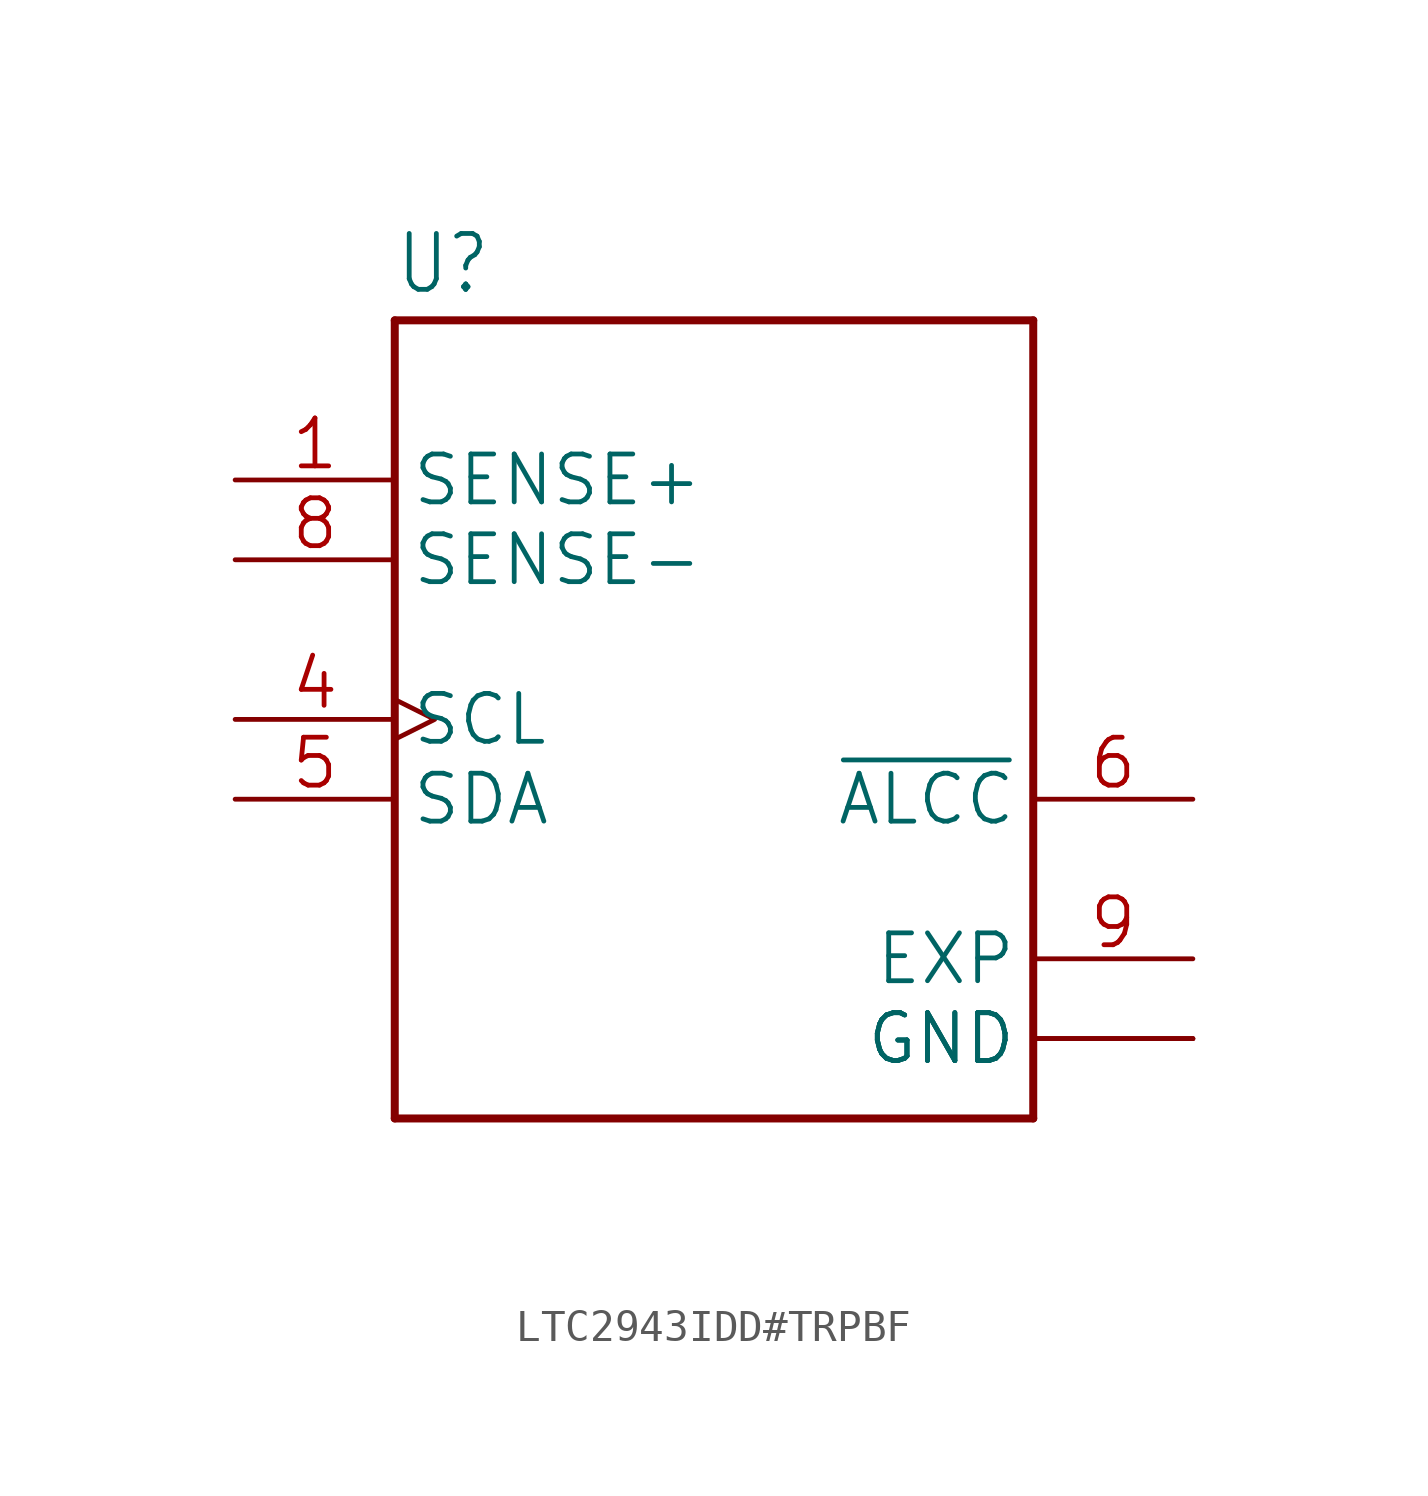
<source format=kicad_sym>
(kicad_symbol_lib
  (version 20241209)
  (generator "kicad_symbol_editor")
  (generator_version "9.0")
  (symbol "LTC2943IDD#TRPBF"
    (property "Reference" "U"
      (at -10.16 13.462 0)
      (effects (font (size 1.778 1.511)) (justify left bottom)))
    (property "Value" ""
      (at -10.16 -15.24 0)
      (effects (font (size 1.778 1.511)) (justify left bottom)))
    (property "ki_locked" ""
      (at 0 0 0)
      (effects (font (size 1.27 1.27))))
    (symbol "LTC2943IDD#TRPBF_1_0"
      (polyline (pts (xy -10.16 12.7) (xy -10.16 -12.7)) (stroke (width 0.254) (type solid)) (fill (type none)))
      (polyline (pts (xy -10.16 -12.7) (xy 10.16 -12.7)) (stroke (width 0.254) (type solid)) (fill (type none)))
      (polyline (pts (xy 10.16 12.7) (xy -10.16 12.7)) (stroke (width 0.254) (type solid)) (fill (type none)))
      (polyline (pts (xy 10.16 -12.7) (xy 10.16 12.7)) (stroke (width 0.254) (type solid)) (fill (type none)))
      (pin input line (at -15.24 7.62 0) (length 5.08) (name "SENSE+" (effects (font (size 1.524 1.524)))) (number "1" (effects (font (size 1.524 1.524)))))
      (pin input line (at -15.24 5.08 0) (length 5.08) (name "SENSE-" (effects (font (size 1.524 1.524)))) (number "8" (effects (font (size 1.524 1.524)))))
      (pin input clock (at -15.24 0 0) (length 5.08) (name "SCL" (effects (font (size 1.524 1.524)))) (number "4" (effects (font (size 1.524 1.524)))))
      (pin bidirectional line (at -15.24 -2.54 0) (length 5.08) (name "SDA" (effects (font (size 1.524 1.524)))) (number "5" (effects (font (size 1.524 1.524)))))
      (pin bidirectional line (at 15.24 -2.54 180) (length 5.08) (name "~{ALCC}" (effects (font (size 1.524 1.524)))) (number "6" (effects (font (size 1.524 1.524)))))
      (pin power_in line (at 15.24 -7.62 180) (length 5.08) (name "EXP" (effects (font (size 1.524 1.524)))) (number "9" (effects (font (size 1.524 1.524)))))
      (pin power_in line (at 15.24 -10.16 180) (length 5.08) (name "GND" (effects (font (size 1.524 1.524)))) (number "2" (effects (font (size 0 0)))))
      (pin power_in line (at 15.24 -10.16 180) (length 5.08) (name "GND" (effects (font (size 1.524 1.524)))) (number "3" (effects (font (size 0 0)))))
      (pin power_in line (at 15.24 -10.16 180) (length 5.08) (name "GND" (effects (font (size 1.524 1.524)))) (number "7" (effects (font (size 0 0))))))))
</source>
